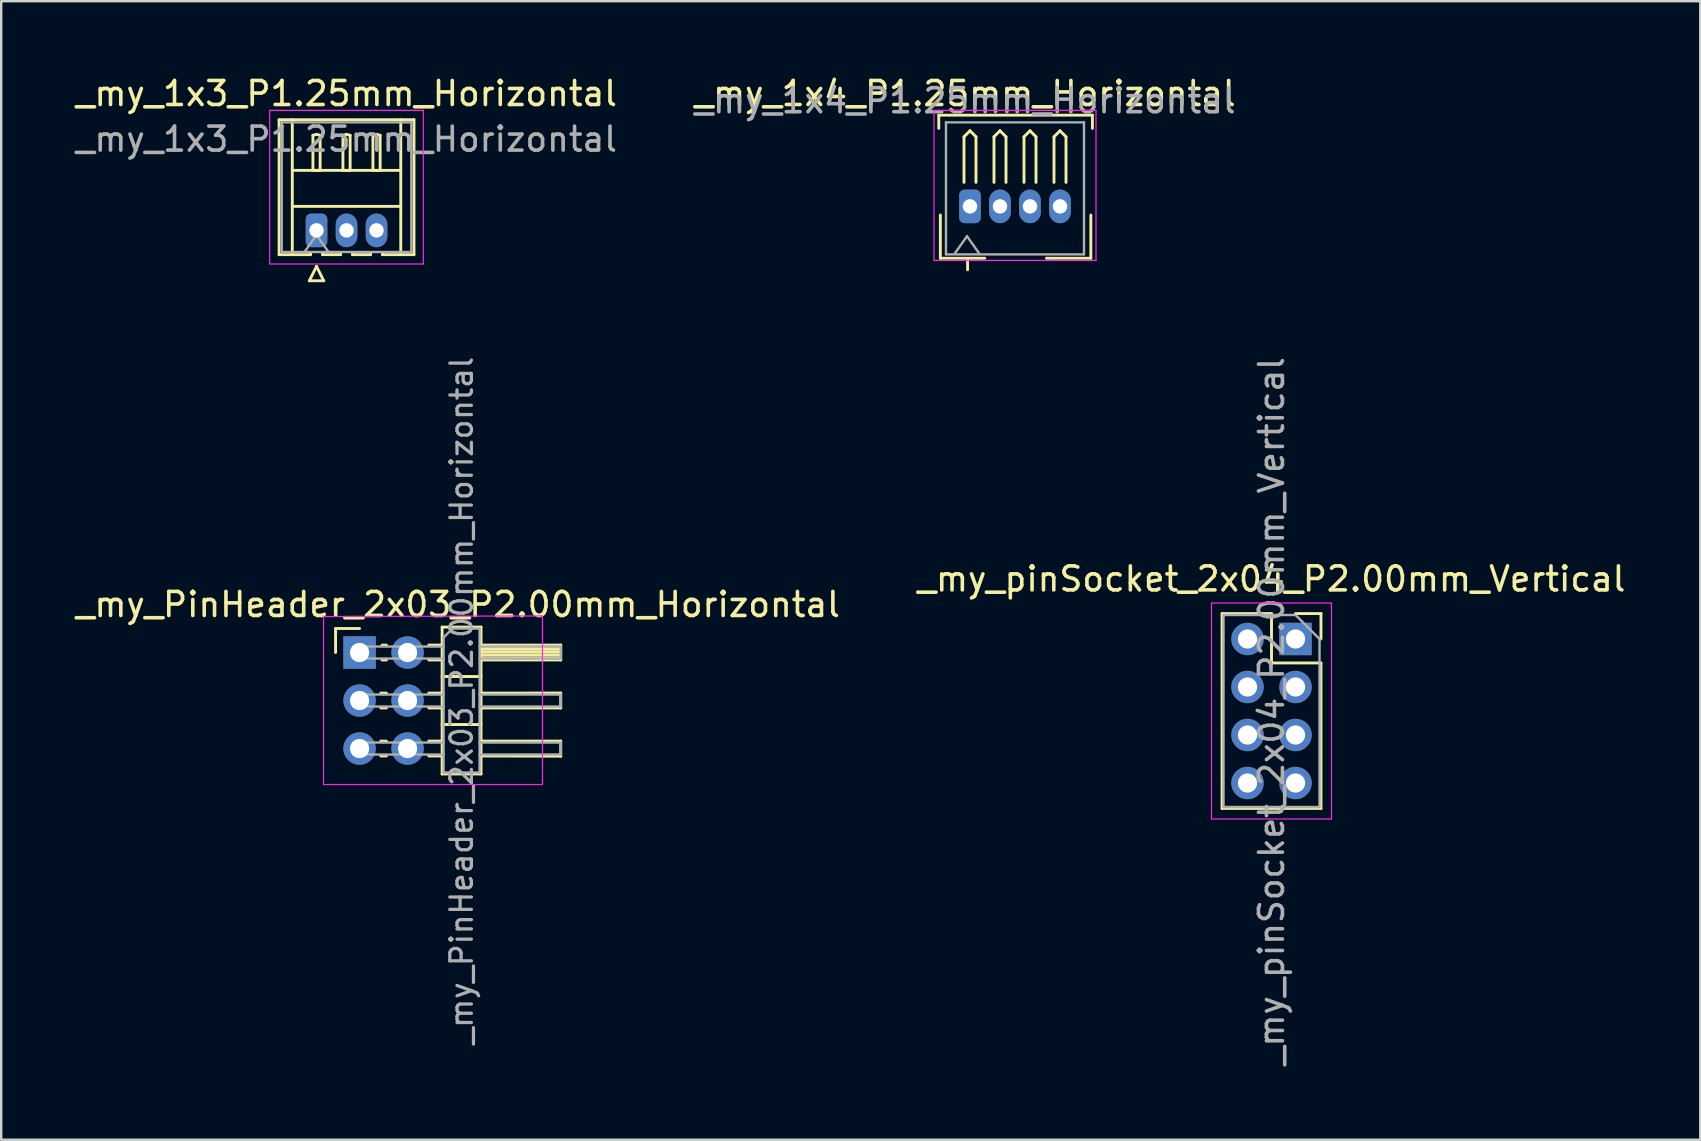
<source format=kicad_pcb>
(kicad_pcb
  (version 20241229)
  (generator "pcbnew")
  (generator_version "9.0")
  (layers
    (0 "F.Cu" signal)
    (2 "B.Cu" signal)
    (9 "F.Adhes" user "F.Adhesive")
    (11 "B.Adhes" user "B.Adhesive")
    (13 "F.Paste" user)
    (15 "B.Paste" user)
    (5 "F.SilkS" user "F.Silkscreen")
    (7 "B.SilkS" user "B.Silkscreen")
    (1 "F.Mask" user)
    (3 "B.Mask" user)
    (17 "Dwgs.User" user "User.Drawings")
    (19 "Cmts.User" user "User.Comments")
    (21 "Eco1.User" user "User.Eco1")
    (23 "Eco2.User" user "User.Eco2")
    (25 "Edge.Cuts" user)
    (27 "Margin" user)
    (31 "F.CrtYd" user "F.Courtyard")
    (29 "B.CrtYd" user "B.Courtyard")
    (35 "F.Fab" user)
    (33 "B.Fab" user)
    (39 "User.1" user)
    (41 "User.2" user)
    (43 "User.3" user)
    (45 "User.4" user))
  (footprint "_my_PinHeader_2x03_P2.00mm_Horizontal"
    (layer "F.Cu")
    (at 11.93 24.135)
    (property "Reference" "_my_PinHeader_2x03_P2.00mm_Horizontal" (at 4.1 -2 0) (layer "F.SilkS") (effects (font (size 1 1) (thickness 0.15))))
    (attr through_hole)
    (fp_line (start -1 -1) (end 0 -1) (stroke (width 0.12) (type solid)) (layer "F.SilkS"))
    (fp_line (start -1 0) (end -1 -1) (stroke (width 0.12) (type solid)) (layer "F.SilkS"))
    (fp_line (start 0.882 1.69) (end 1.118 1.69) (stroke (width 0.12) (type solid)) (layer "F.SilkS"))
    (fp_line (start 0.882 2.31) (end 1.118 2.31) (stroke (width 0.12) (type solid)) (layer "F.SilkS"))
    (fp_line (start 0.882 3.69) (end 1.118 3.69) (stroke (width 0.12) (type solid)) (layer "F.SilkS"))
    (fp_line (start 0.882 4.31) (end 1.118 4.31) (stroke (width 0.12) (type solid)) (layer "F.SilkS"))
    (fp_line (start 0.935 -0.31) (end 1.118 -0.31) (stroke (width 0.12) (type solid)) (layer "F.SilkS"))
    (fp_line (start 0.935 0.31) (end 1.118 0.31) (stroke (width 0.12) (type solid)) (layer "F.SilkS"))
    (fp_line (start 2.882 -0.31) (end 3.44 -0.31) (stroke (width 0.12) (type solid)) (layer "F.SilkS"))
    (fp_line (start 2.882 0.31) (end 3.44 0.31) (stroke (width 0.12) (type solid)) (layer "F.SilkS"))
    (fp_line (start 2.882 1.69) (end 3.44 1.69) (stroke (width 0.12) (type solid)) (layer "F.SilkS"))
    (fp_line (start 2.882 2.31) (end 3.44 2.31) (stroke (width 0.12) (type solid)) (layer "F.SilkS"))
    (fp_line (start 2.882 3.69) (end 3.44 3.69) (stroke (width 0.12) (type solid)) (layer "F.SilkS"))
    (fp_line (start 2.882 4.31) (end 3.44 4.31) (stroke (width 0.12) (type solid)) (layer "F.SilkS"))
    (fp_line (start 3.44 -1.06) (end 3.44 5.06) (stroke (width 0.12) (type solid)) (layer "F.SilkS"))
    (fp_line (start 3.44 1) (end 5.06 1) (stroke (width 0.12) (type solid)) (layer "F.SilkS"))
    (fp_line (start 3.44 3) (end 5.06 3) (stroke (width 0.12) (type solid)) (layer "F.SilkS"))
    (fp_line (start 3.44 5.06) (end 5.06 5.06) (stroke (width 0.12) (type solid)) (layer "F.SilkS"))
    (fp_line (start 5.06 -1.06) (end 3.44 -1.06) (stroke (width 0.12) (type solid)) (layer "F.SilkS"))
    (fp_line (start 5.06 -0.31) (end 8.382 -0.31) (stroke (width 0.12) (type solid)) (layer "F.SilkS"))
    (fp_line (start 5.06 -0.25) (end 8.382 -0.254) (stroke (width 0.12) (type solid)) (layer "F.SilkS"))
    (fp_line (start 5.06 -0.13) (end 8.382 -0.13) (stroke (width 0.12) (type solid)) (layer "F.SilkS"))
    (fp_line (start 5.06 -0.01) (end 8.382 -0.01) (stroke (width 0.12) (type solid)) (layer "F.SilkS"))
    (fp_line (start 5.06 0.11) (end 8.382 0.11) (stroke (width 0.12) (type solid)) (layer "F.SilkS"))
    (fp_line (start 5.06 0.23) (end 8.382 0.23) (stroke (width 0.12) (type solid)) (layer "F.SilkS"))
    (fp_line (start 5.06 3.69) (end 8.382 3.69) (stroke (width 0.12) (type solid)) (layer "F.SilkS"))
    (fp_line (start 5.06 5.06) (end 5.06 -1.06) (stroke (width 0.12) (type solid)) (layer "F.SilkS"))
    (fp_line (start 5.111 1.69) (end 8.382 1.689) (stroke (width 0.12) (type solid)) (layer "F.SilkS"))
    (fp_line (start 8.382 -0.31) (end 8.382 0.31) (stroke (width 0.12) (type solid)) (layer "F.SilkS"))
    (fp_line (start 8.382 0.31) (end 5.06 0.31) (stroke (width 0.12) (type solid)) (layer "F.SilkS"))
    (fp_line (start 8.382 1.689) (end 8.382 2.309) (stroke (width 0.12) (type solid)) (layer "F.SilkS"))
    (fp_line (start 8.382 2.309) (end 5.111 2.31) (stroke (width 0.12) (type solid)) (layer "F.SilkS"))
    (fp_line (start 8.382 3.69) (end 8.382 4.318) (stroke (width 0.12) (type solid)) (layer "F.SilkS"))
    (fp_line (start 8.382 4.318) (end 5.06 4.31) (stroke (width 0.12) (type solid)) (layer "F.SilkS"))
    (fp_line (start -1.5 -1.5) (end -1.5 5.5) (stroke (width 0.05) (type solid)) (layer "F.CrtYd"))
    (fp_line (start -1.5 5.5) (end 7.62 5.5) (stroke (width 0.05) (type solid)) (layer "F.CrtYd"))
    (fp_line (start 7.62 -1.524) (end -1.5 -1.5) (stroke (width 0.05) (type solid)) (layer "F.CrtYd"))
    (fp_line (start 7.62 5.489) (end 7.62 -1.511) (stroke (width 0.05) (type solid)) (layer "F.CrtYd"))
    (fp_line (start -0.25 -0.25) (end -0.25 0.25) (stroke (width 0.1) (type solid)) (layer "F.Fab"))
    (fp_line (start -0.25 -0.25) (end 3.5 -0.25) (stroke (width 0.1) (type solid)) (layer "F.Fab"))
    (fp_line (start -0.25 0.25) (end 3.5 0.25) (stroke (width 0.1) (type solid)) (layer "F.Fab"))
    (fp_line (start -0.25 1.75) (end -0.25 2.25) (stroke (width 0.1) (type solid)) (layer "F.Fab"))
    (fp_line (start -0.25 1.75) (end 3.5 1.75) (stroke (width 0.1) (type solid)) (layer "F.Fab"))
    (fp_line (start -0.25 2.25) (end 3.5 2.25) (stroke (width 0.1) (type solid)) (layer "F.Fab"))
    (fp_line (start -0.25 3.75) (end -0.25 4.25) (stroke (width 0.1) (type solid)) (layer "F.Fab"))
    (fp_line (start -0.25 3.75) (end 3.5 3.75) (stroke (width 0.1) (type solid)) (layer "F.Fab"))
    (fp_line (start -0.25 4.25) (end 3.5 4.25) (stroke (width 0.1) (type solid)) (layer "F.Fab"))
    (fp_line (start 3.5 -0.625) (end 3.875 -1) (stroke (width 0.1) (type solid)) (layer "F.Fab"))
    (fp_line (start 3.5 5) (end 3.5 -0.625) (stroke (width 0.1) (type solid)) (layer "F.Fab"))
    (fp_line (start 3.875 -1) (end 5 -1) (stroke (width 0.1) (type solid)) (layer "F.Fab"))
    (fp_line (start 5 -1) (end 5 5) (stroke (width 0.1) (type solid)) (layer "F.Fab"))
    (fp_line (start 5 -0.25) (end 8.382 -0.254) (stroke (width 0.1) (type solid)) (layer "F.Fab"))
    (fp_line (start 5 0.25) (end 8.382 0.254) (stroke (width 0.1) (type solid)) (layer "F.Fab"))
    (fp_line (start 5 1.75) (end 8.382 1.75) (stroke (width 0.1) (type solid)) (layer "F.Fab"))
    (fp_line (start 5 2.25) (end 8.382 2.25) (stroke (width 0.1) (type solid)) (layer "F.Fab"))
    (fp_line (start 5 3.75) (end 8.382 3.75) (stroke (width 0.1) (type solid)) (layer "F.Fab"))
    (fp_line (start 5 4.25) (end 8.382 4.25) (stroke (width 0.1) (type solid)) (layer "F.Fab"))
    (fp_line (start 5 5) (end 3.5 5) (stroke (width 0.1) (type solid)) (layer "F.Fab"))
    (fp_line (start 8.382 -0.246) (end 8.382 0.254) (stroke (width 0.1) (type solid)) (layer "F.Fab"))
    (fp_line (start 8.382 1.75) (end 8.382 2.25) (stroke (width 0.1) (type solid)) (layer "F.Fab"))
    (fp_line (start 8.382 3.75) (end 8.382 4.25) (stroke (width 0.1) (type solid)) (layer "F.Fab"))
    (fp_text user "${REFERENCE}" (at 4.25 2 90) (layer "F.Fab") (effects (font (size 0.9 0.9) (thickness 0.135))))
    (pad "1" thru_hole rect (at 0 0) (size 1.35 1.35) (drill 0.8) (layers "*.Cu" "*.Mask"))
    (pad "2" thru_hole oval (at 2 0) (size 1.35 1.35) (drill 0.8) (layers "*.Cu" "*.Mask"))
    (pad "3" thru_hole oval (at 0 2) (size 1.35 1.35) (drill 0.8) (layers "*.Cu" "*.Mask"))
    (pad "4" thru_hole oval (at 2 2) (size 1.35 1.35) (drill 0.8) (layers "*.Cu" "*.Mask"))
    (pad "5" thru_hole oval (at 0 4) (size 1.35 1.35) (drill 0.8) (layers "*.Cu" "*.Mask"))
    (pad "6" thru_hole oval (at 2 4) (size 1.35 1.35) (drill 0.8) (layers "*.Cu" "*.Mask")))
  (footprint "_my_1x3_P1.25mm_Horizontal"
    (layer "F.Cu")
    (at 10.137 6.548)
    (property "Reference" "_my_1x3_P1.25mm_Horizontal" (at 1.25 -5.7 0) (layer "F.SilkS") (effects (font (size 1 1) (thickness 0.15))))
    (attr through_hole)
    (fp_line (start -1.56 -4.61) (end 4.06 -4.61) (stroke (width 0.12) (type solid)) (layer "F.SilkS"))
    (fp_line (start -1.56 1.01) (end -1.56 -4.61) (stroke (width 0.12) (type solid)) (layer "F.SilkS"))
    (fp_line (start -1.01 -4.61) (end -1.01 1.01) (stroke (width 0.12) (type solid)) (layer "F.SilkS"))
    (fp_line (start -1.01 -2.5) (end 3.51 -2.5) (stroke (width 0.12) (type solid)) (layer "F.SilkS"))
    (fp_line (start -1.01 -1) (end 3.51 -1) (stroke (width 0.12) (type solid)) (layer "F.SilkS"))
    (fp_line (start -0.3 2.1) (end 0.3 2.1) (stroke (width 0.12) (type solid)) (layer "F.SilkS"))
    (fp_line (start -0.25 0.96) (end -0.25 1.01) (stroke (width 0.12) (type solid)) (layer "F.SilkS"))
    (fp_line (start -0.25 1.01) (end -1.56 1.01) (stroke (width 0.12) (type solid)) (layer "F.SilkS"))
    (fp_line (start -0.15 -3.962) (end 0 -4) (stroke (width 0.12) (type solid)) (layer "F.SilkS"))
    (fp_line (start -0.15 -2.5) (end -0.15 -3.962) (stroke (width 0.12) (type solid)) (layer "F.SilkS"))
    (fp_line (start 0 -4) (end 0.15 -3.962) (stroke (width 0.12) (type solid)) (layer "F.SilkS"))
    (fp_line (start 0 -2.5) (end -0.15 -2.5) (stroke (width 0.12) (type solid)) (layer "F.SilkS"))
    (fp_line (start 0 1.5) (end -0.3 2.1) (stroke (width 0.12) (type solid)) (layer "F.SilkS"))
    (fp_line (start 0.15 -3.962) (end 0.15 -2.5) (stroke (width 0.12) (type solid)) (layer "F.SilkS"))
    (fp_line (start 0.15 -2.5) (end 0 -2.5) (stroke (width 0.12) (type solid)) (layer "F.SilkS"))
    (fp_line (start 0.25 0.96) (end 0.25 1.01) (stroke (width 0.12) (type solid)) (layer "F.SilkS"))
    (fp_line (start 0.25 1.01) (end 1 1.01) (stroke (width 0.12) (type solid)) (layer "F.SilkS"))
    (fp_line (start 0.3 2.1) (end 0 1.5) (stroke (width 0.12) (type solid)) (layer "F.SilkS"))
    (fp_line (start 1 1.01) (end 1 0.96) (stroke (width 0.12) (type solid)) (layer "F.SilkS"))
    (fp_line (start 1.1 -3.962) (end 1.25 -4) (stroke (width 0.12) (type solid)) (layer "F.SilkS"))
    (fp_line (start 1.1 -2.5) (end 1.1 -3.962) (stroke (width 0.12) (type solid)) (layer "F.SilkS"))
    (fp_line (start 1.25 -4) (end 1.4 -3.962) (stroke (width 0.12) (type solid)) (layer "F.SilkS"))
    (fp_line (start 1.25 -2.5) (end 1.1 -2.5) (stroke (width 0.12) (type solid)) (layer "F.SilkS"))
    (fp_line (start 1.4 -3.962) (end 1.4 -2.5) (stroke (width 0.12) (type solid)) (layer "F.SilkS"))
    (fp_line (start 1.4 -2.5) (end 1.25 -2.5) (stroke (width 0.12) (type solid)) (layer "F.SilkS"))
    (fp_line (start 1.5 0.96) (end 1.5 1.01) (stroke (width 0.12) (type solid)) (layer "F.SilkS"))
    (fp_line (start 1.5 1.01) (end 2.25 1.01) (stroke (width 0.12) (type solid)) (layer "F.SilkS"))
    (fp_line (start 2.25 1.01) (end 2.25 0.96) (stroke (width 0.12) (type solid)) (layer "F.SilkS"))
    (fp_line (start 2.35 -3.962) (end 2.5 -4) (stroke (width 0.12) (type solid)) (layer "F.SilkS"))
    (fp_line (start 2.35 -2.5) (end 2.35 -3.962) (stroke (width 0.12) (type solid)) (layer "F.SilkS"))
    (fp_line (start 2.5 -4) (end 2.65 -3.962) (stroke (width 0.12) (type solid)) (layer "F.SilkS"))
    (fp_line (start 2.5 -2.5) (end 2.35 -2.5) (stroke (width 0.12) (type solid)) (layer "F.SilkS"))
    (fp_line (start 2.65 -3.962) (end 2.65 -2.5) (stroke (width 0.12) (type solid)) (layer "F.SilkS"))
    (fp_line (start 2.65 -2.5) (end 2.5 -2.5) (stroke (width 0.12) (type solid)) (layer "F.SilkS"))
    (fp_line (start 2.75 1.01) (end 2.75 0.96) (stroke (width 0.12) (type solid)) (layer "F.SilkS"))
    (fp_line (start 3.51 -4.61) (end 3.51 1.01) (stroke (width 0.12) (type solid)) (layer "F.SilkS"))
    (fp_line (start 4.06 -4.61) (end 4.06 1.01) (stroke (width 0.12) (type solid)) (layer "F.SilkS"))
    (fp_line (start 4.06 1.01) (end 2.75 1.01) (stroke (width 0.12) (type solid)) (layer "F.SilkS"))
    (fp_line (start -1.95 -5) (end -1.95 1.4) (stroke (width 0.05) (type solid)) (layer "F.CrtYd"))
    (fp_line (start -1.95 1.4) (end 4.45 1.4) (stroke (width 0.05) (type solid)) (layer "F.CrtYd"))
    (fp_line (start 4.45 -5) (end -1.95 -5) (stroke (width 0.05) (type solid)) (layer "F.CrtYd"))
    (fp_line (start 4.45 1.4) (end 4.45 -5) (stroke (width 0.05) (type solid)) (layer "F.CrtYd"))
    (fp_line (start -1.45 -4.5) (end -1.45 0.9) (stroke (width 0.1) (type solid)) (layer "F.Fab"))
    (fp_line (start -1.45 0.9) (end 3.95 0.9) (stroke (width 0.1) (type solid)) (layer "F.Fab"))
    (fp_line (start -0.5 0.9) (end 0 0.193) (stroke (width 0.1) (type solid)) (layer "F.Fab"))
    (fp_line (start 0 0.193) (end 0.5 0.9) (stroke (width 0.1) (type solid)) (layer "F.Fab"))
    (fp_line (start 3.95 -4.5) (end -1.45 -4.5) (stroke (width 0.1) (type solid)) (layer "F.Fab"))
    (fp_line (start 3.95 0.9) (end 3.95 -4.5) (stroke (width 0.1) (type solid)) (layer "F.Fab"))
    (fp_text user "${REFERENCE}" (at 1.25 -3.8 0) (layer "F.Fab") (effects (font (size 1 1) (thickness 0.15))))
    (pad "1" thru_hole roundrect (at 0 0) (size 0.9 1.4) (drill 0.6) (layers "*.Cu" "*.Mask") (roundrect_rratio 0.25))
    (pad "2" thru_hole oval (at 1.25 0) (size 0.9 1.4) (drill 0.6) (layers "*.Cu" "*.Mask"))
    (pad "3" thru_hole oval (at 2.5 0) (size 0.9 1.4) (drill 0.6) (layers "*.Cu" "*.Mask")))
  (footprint "_my_1x4_P1.25mm_Horizontal"
    (layer "F.Cu")
    (at 37.361 5.548)
    (property "Reference" "_my_1x4_P1.25mm_Horizontal" (at -0.2 -4.7 0) (layer "F.SilkS") (effects (font (size 1 1) (thickness 0.15))))
    (attr through_hole)
    (fp_line (start -1.3 -3.8) (end 5.1 -3.8) (stroke (width 0.12) (type solid)) (layer "F.SilkS"))
    (fp_line (start -1.3 -3.25) (end -1.3 -3.8) (stroke (width 0.12) (type solid)) (layer "F.SilkS"))
    (fp_line (start -1.235 0.36) (end -1.235 2.16) (stroke (width 0.12) (type solid)) (layer "F.SilkS"))
    (fp_line (start -1.235 2.16) (end 0.615 2.16) (stroke (width 0.12) (type solid)) (layer "F.SilkS"))
    (fp_line (start -0.25 -2.9) (end 0 -3.15) (stroke (width 0.12) (type solid)) (layer "F.SilkS"))
    (fp_line (start -0.25 -1) (end -0.25 -2.9) (stroke (width 0.12) (type solid)) (layer "F.SilkS"))
    (fp_line (start -0.1 2.2) (end -0.1 2.64) (stroke (width 0.12) (type solid)) (layer "F.SilkS"))
    (fp_line (start 0 -3.15) (end 0.25 -2.9) (stroke (width 0.12) (type solid)) (layer "F.SilkS"))
    (fp_line (start 0.25 -2.9) (end 0.25 -1) (stroke (width 0.12) (type solid)) (layer "F.SilkS"))
    (fp_line (start 1 -2.9) (end 1.25 -3.15) (stroke (width 0.12) (type solid)) (layer "F.SilkS"))
    (fp_line (start 1 -1) (end 1 -2.9) (stroke (width 0.12) (type solid)) (layer "F.SilkS"))
    (fp_line (start 1.25 -3.15) (end 1.5 -2.9) (stroke (width 0.12) (type solid)) (layer "F.SilkS"))
    (fp_line (start 1.5 -2.9) (end 1.5 -1) (stroke (width 0.12) (type solid)) (layer "F.SilkS"))
    (fp_line (start 2.25 -2.9) (end 2.5 -3.15) (stroke (width 0.12) (type solid)) (layer "F.SilkS"))
    (fp_line (start 2.25 -1) (end 2.25 -2.9) (stroke (width 0.12) (type solid)) (layer "F.SilkS"))
    (fp_line (start 2.5 -3.15) (end 2.75 -2.9) (stroke (width 0.12) (type solid)) (layer "F.SilkS"))
    (fp_line (start 2.75 -2.9) (end 2.75 -1) (stroke (width 0.12) (type solid)) (layer "F.SilkS"))
    (fp_line (start 3.5 -2.9) (end 3.75 -3.15) (stroke (width 0.12) (type solid)) (layer "F.SilkS"))
    (fp_line (start 3.5 -1) (end 3.5 -2.9) (stroke (width 0.12) (type solid)) (layer "F.SilkS"))
    (fp_line (start 3.75 -3.15) (end 4 -2.9) (stroke (width 0.12) (type solid)) (layer "F.SilkS"))
    (fp_line (start 4 -2.9) (end 4 -1) (stroke (width 0.12) (type solid)) (layer "F.SilkS"))
    (fp_line (start 5.035 0.36) (end 5.035 2.16) (stroke (width 0.12) (type solid)) (layer "F.SilkS"))
    (fp_line (start 5.035 2.16) (end 3.185 2.16) (stroke (width 0.12) (type solid)) (layer "F.SilkS"))
    (fp_line (start 5.1 -3.8) (end 5.1 -3.25) (stroke (width 0.12) (type solid)) (layer "F.SilkS"))
    (fp_line (start -1.5 -4) (end -1.5 2.25) (stroke (width 0.05) (type solid)) (layer "F.CrtYd"))
    (fp_line (start -1.5 2.25) (end 5.25 2.25) (stroke (width 0.05) (type solid)) (layer "F.CrtYd"))
    (fp_line (start 5.25 -4) (end -1.5 -4) (stroke (width 0.05) (type solid)) (layer "F.CrtYd"))
    (fp_line (start 5.25 2.25) (end 5.25 -4) (stroke (width 0.05) (type solid)) (layer "F.CrtYd"))
    (fp_line (start -1 -3.5) (end 4.75 -3.5) (stroke (width 0.1) (type solid)) (layer "F.Fab"))
    (fp_line (start -1 2) (end -1 -3.5) (stroke (width 0.1) (type solid)) (layer "F.Fab"))
    (fp_line (start -1 2) (end 4.75 2) (stroke (width 0.1) (type solid)) (layer "F.Fab"))
    (fp_line (start -0.625 1.95) (end -0.125 1.243) (stroke (width 0.1) (type solid)) (layer "F.Fab"))
    (fp_line (start -0.125 1.243) (end 0.375 1.95) (stroke (width 0.1) (type solid)) (layer "F.Fab"))
    (fp_line (start 4.75 2) (end 4.75 -3.5) (stroke (width 0.1) (type solid)) (layer "F.Fab"))
    (fp_text user "${REFERENCE}" (at -0.2 -4.4 0) (layer "F.Fab") (effects (font (size 1 1) (thickness 0.15))))
    (pad "1" thru_hole roundrect (at 0 0) (size 0.9 1.4) (drill 0.6) (layers "*.Cu" "*.Mask") (roundrect_rratio 0.25))
    (pad "2" thru_hole oval (at 1.25 0) (size 0.9 1.4) (drill 0.6) (layers "*.Cu" "*.Mask"))
    (pad "3" thru_hole oval (at 2.5 0) (size 0.9 1.4) (drill 0.6) (layers "*.Cu" "*.Mask"))
    (pad "4" thru_hole oval (at 3.75 0) (size 0.9 1.4) (drill 0.6) (layers "*.Cu" "*.Mask")))
  (footprint "_my_pinSocket_2x04_P2.00mm_Vertical"
    (layer "F.Cu")
    (at 50.923 23.571)
    (property "Reference" "_my_pinSocket_2x04_P2.00mm_Vertical" (at -1 -2.5 0) (layer "F.SilkS") (effects (font (size 1 1) (thickness 0.15))))
    (attr through_hole)
    (fp_line (start -3.06 -1.06) (end -3.06 7.06) (stroke (width 0.12) (type solid)) (layer "F.SilkS"))
    (fp_line (start -3.06 -1.06) (end -1 -1.06) (stroke (width 0.12) (type solid)) (layer "F.SilkS"))
    (fp_line (start -3.06 7.06) (end 1.06 7.06) (stroke (width 0.12) (type solid)) (layer "F.SilkS"))
    (fp_line (start -1 -1.06) (end -1 1) (stroke (width 0.12) (type solid)) (layer "F.SilkS"))
    (fp_line (start -1 1) (end 1.06 1) (stroke (width 0.12) (type solid)) (layer "F.SilkS"))
    (fp_line (start 0 -1.06) (end 1.06 -1.06) (stroke (width 0.12) (type solid)) (layer "F.SilkS"))
    (fp_line (start 1.06 -1.06) (end 1.06 0) (stroke (width 0.12) (type solid)) (layer "F.SilkS"))
    (fp_line (start 1.06 1) (end 1.06 7.06) (stroke (width 0.12) (type solid)) (layer "F.SilkS"))
    (fp_line (start -3.5 -1.5) (end 1.5 -1.5) (stroke (width 0.05) (type solid)) (layer "F.CrtYd"))
    (fp_line (start -3.5 7.5) (end -3.5 -1.5) (stroke (width 0.05) (type solid)) (layer "F.CrtYd"))
    (fp_line (start 1.5 -1.5) (end 1.5 7.5) (stroke (width 0.05) (type solid)) (layer "F.CrtYd"))
    (fp_line (start 1.5 7.5) (end -3.5 7.5) (stroke (width 0.05) (type solid)) (layer "F.CrtYd"))
    (fp_line (start -3 -1) (end 0 -1) (stroke (width 0.1) (type solid)) (layer "F.Fab"))
    (fp_line (start -3 7) (end -3 -1) (stroke (width 0.1) (type solid)) (layer "F.Fab"))
    (fp_line (start 0 -1) (end 1 0) (stroke (width 0.1) (type solid)) (layer "F.Fab"))
    (fp_line (start 1 0) (end 1 7) (stroke (width 0.1) (type solid)) (layer "F.Fab"))
    (fp_line (start 1 7) (end -3 7) (stroke (width 0.1) (type solid)) (layer "F.Fab"))
    (fp_text user "${REFERENCE}" (at -1 3 90) (layer "F.Fab") (effects (font (size 1 1) (thickness 0.15))))
    (pad "1" thru_hole rect (at 0 0) (size 1.35 1.35) (drill 0.8) (layers "*.Cu" "*.Mask"))
    (pad "2" thru_hole oval (at -2 0) (size 1.35 1.35) (drill 0.8) (layers "*.Cu" "*.Mask"))
    (pad "3" thru_hole oval (at 0 2) (size 1.35 1.35) (drill 0.8) (layers "*.Cu" "*.Mask"))
    (pad "4" thru_hole oval (at -2 2) (size 1.35 1.35) (drill 0.8) (layers "*.Cu" "*.Mask"))
    (pad "5" thru_hole oval (at 0 4) (size 1.35 1.35) (drill 0.8) (layers "*.Cu" "*.Mask"))
    (pad "6" thru_hole oval (at -2 4) (size 1.35 1.35) (drill 0.8) (layers "*.Cu" "*.Mask"))
    (pad "7" thru_hole oval (at 0 6) (size 1.35 1.35) (drill 0.8) (layers "*.Cu" "*.Mask"))
    (pad "8" thru_hole oval (at -2 6) (size 1.35 1.35) (drill 0.8) (layers "*.Cu" "*.Mask")))
  (gr_rect
    (start -3 -3)
    (end 67.786 44.434)
    (stroke (width 0.1) (type default))
    (fill no)
    (layer "Edge.Cuts")))
</source>
